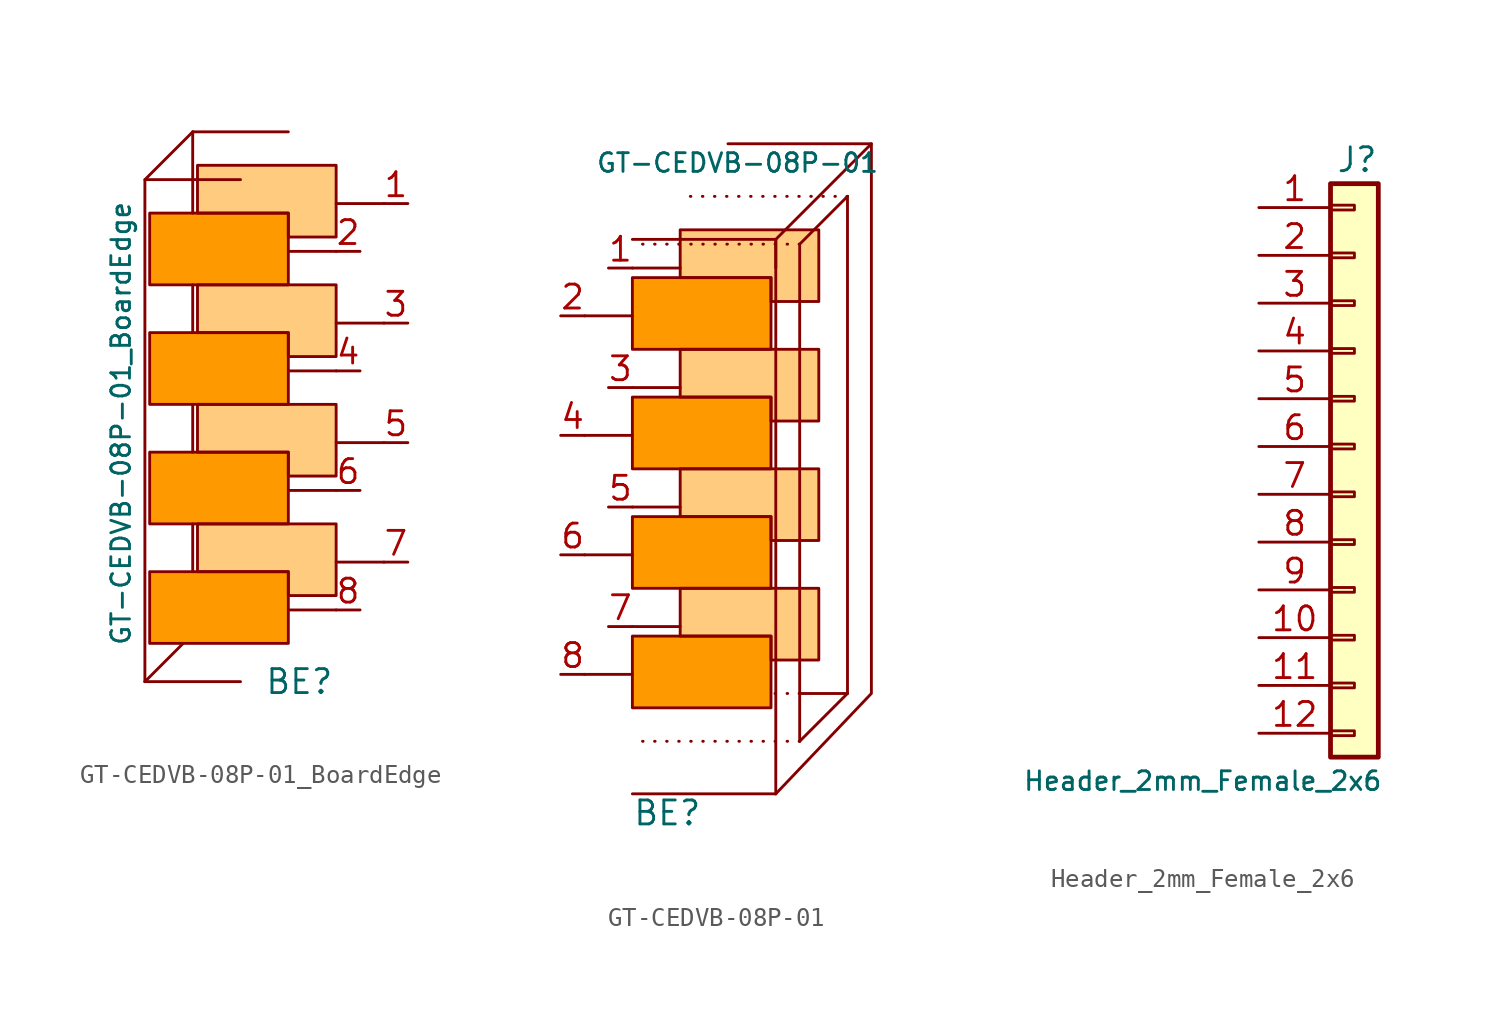
<source format=kicad_sym>
(kicad_symbol_lib
  (version 20241209)
  (generator "kicad_symbol_editor")
  (generator_version "9.0")
  (symbol "GT-CEDVB-08P-01_BoardEdge"
    (pin_names
      (offset 0)
      (hide yes))
    (property "Reference" "BE"
      (at 3.81 -15.24 0)
      (effects (font (size 1.27 1.27)) (justify left)))
    (property "Value" "GT-CEDVB-08P-01_BoardEdge"
      (at -3.81 -1.524 90)
      (effects (font (size 0.991 0.991))))
    (symbol "GT-CEDVB-08P-01_BoardEdge_1_1"
      (polyline (pts (xy -2.54 11.43) (xy 2.54 11.43)) (stroke (width 0) (type default)) (fill (type none)))
      (polyline (pts (xy -2.54 -15.24) (xy -0.508 -13.208)) (stroke (width 0) (type default)) (fill (type none)))
      (polyline (pts (xy -2.54 -15.24) (xy 2.54 -15.24)) (stroke (width 0) (type default)) (fill (type none)))
      (polyline (pts (xy -2.54 -15.24) (xy -2.54 11.43) (xy 0 13.97)) (stroke (width 0) (type default)) (fill (type none)))
      (rectangle (start -2.286 9.652) (end 5.08 5.842) (stroke (width 0) (type default)) (fill (type color) (color 255 153 0 1)))
      (rectangle (start -2.286 3.302) (end 5.08 -0.508) (stroke (width 0) (type default)) (fill (type color) (color 255 153 0 1)))
      (rectangle (start -2.286 -3.048) (end 5.08 -6.858) (stroke (width 0) (type default)) (fill (type color) (color 255 153 0 1)))
      (rectangle (start -2.286 -9.398) (end 5.08 -13.208) (stroke (width 0) (type default)) (fill (type color) (color 255 153 0 1)))
      (polyline (pts (xy 0 13.97) (xy 0 9.652)) (stroke (width 0) (type default)) (fill (type none)))
      (polyline (pts (xy 0 13.97) (xy 5.08 13.97)) (stroke (width 0) (type default)) (fill (type none)))
      (polyline (pts (xy 0 5.842) (xy 0 3.302)) (stroke (width 0) (type default)) (fill (type none)))
      (polyline (pts (xy 0 -0.508) (xy 0 -3.048)) (stroke (width 0) (type default)) (fill (type none)))
      (polyline (pts (xy 0 -6.858) (xy 0 -9.398)) (stroke (width 0) (type default)) (fill (type none)))
      (polyline (pts (xy 0.254 12.192) (xy 7.62 12.192) (xy 7.62 8.382) (xy 5.08 8.382) (xy 5.08 9.652) (xy 0.254 9.652) (xy 0.254 12.192)) (stroke (width 0) (type default)) (fill (type color) (color 255 153 0 0.5)))
      (polyline (pts (xy 0.254 5.842) (xy 7.62 5.842) (xy 7.62 2.032) (xy 5.08 2.032) (xy 5.08 3.302) (xy 0.254 3.302) (xy 0.254 5.842)) (stroke (width 0) (type default)) (fill (type color) (color 255 153 0 0.5)))
      (polyline (pts (xy 0.254 -0.508) (xy 7.62 -0.508) (xy 7.62 -4.318) (xy 5.08 -4.318) (xy 5.08 -3.048) (xy 0.254 -3.048) (xy 0.254 -0.508)) (stroke (width 0) (type default)) (fill (type color) (color 255 153 0 0.5)))
      (polyline (pts (xy 0.254 -6.858) (xy 7.62 -6.858) (xy 7.62 -10.668) (xy 5.08 -10.668) (xy 5.08 -9.398) (xy 0.254 -9.398) (xy 0.254 -6.858)) (stroke (width 0) (type default)) (fill (type color) (color 255 153 0 0.5)))
      (polyline (pts (xy 5.08 7.62) (xy 7.62 7.62)) (stroke (width 0) (type default)) (fill (type none)))
      (polyline (pts (xy 5.08 1.27) (xy 7.62 1.27)) (stroke (width 0) (type default)) (fill (type none)))
      (polyline (pts (xy 5.08 -5.08) (xy 7.62 -5.08)) (stroke (width 0) (type default)) (fill (type none)))
      (polyline (pts (xy 5.08 -11.43) (xy 7.62 -11.43)) (stroke (width 0) (type default)) (fill (type none)))
      (polyline (pts (xy 7.62 10.16) (xy 10.16 10.16)) (stroke (width 0) (type default)) (fill (type none)))
      (polyline (pts (xy 7.62 3.81) (xy 10.16 3.81)) (stroke (width 0) (type default)) (fill (type none)))
      (polyline (pts (xy 7.62 -2.54) (xy 10.16 -2.54)) (stroke (width 0) (type default)) (fill (type none)))
      (polyline (pts (xy 7.62 -8.89) (xy 10.16 -8.89)) (stroke (width 0) (type default)) (fill (type none)))
      (pin passive line (at 8.89 7.62 180) (length 1.27) (name "2" (effects (font (size 0.991 0.991)))) (number "2" (effects (font (size 1.27 1.27)))))
      (pin passive line (at 8.89 1.27 180) (length 1.27) (name "4" (effects (font (size 0.991 0.991)))) (number "4" (effects (font (size 1.27 1.27)))))
      (pin passive line (at 8.89 -5.08 180) (length 1.27) (name "6" (effects (font (size 0.991 0.991)))) (number "6" (effects (font (size 1.27 1.27)))))
      (pin passive line (at 8.89 -11.43 180) (length 1.27) (name "8" (effects (font (size 0.991 0.991)))) (number "8" (effects (font (size 1.27 1.27)))))
      (pin passive line (at 11.43 10.16 180) (length 1.27) (name "1" (effects (font (size 0.991 0.991)))) (number "1" (effects (font (size 1.27 1.27)))))
      (pin passive line (at 11.43 3.81 180) (length 1.27) (name "3" (effects (font (size 0.991 0.991)))) (number "3" (effects (font (size 1.27 1.27)))))
      (pin passive line (at 11.43 -2.54 180) (length 1.27) (name "5" (effects (font (size 0.991 0.991)))) (number "5" (effects (font (size 1.27 1.27)))))
      (pin passive line (at 11.43 -8.89 180) (length 1.27) (name "7" (effects (font (size 0.991 0.991)))) (number "7" (effects (font (size 1.27 1.27)))))))
  (symbol "GT-CEDVB-08P-01"
    (pin_names
      (offset 0)
      (hide yes))
    (property "Reference" "BE"
      (at 0 -18.796 0)
      (effects (font (size 1.27 1.27)) (justify left)))
    (property "Value" "GT-CEDVB-08P-01"
      (at 5.588 15.748 0)
      (effects (font (size 0.991 0.991))))
    (symbol "GT-CEDVB-08P-01_1_1"
      (rectangle (start 0 9.652) (end 7.366 5.842) (stroke (width 0) (type default)) (fill (type color) (color 255 153 0 1)))
      (polyline (pts (xy 0 7.62) (xy -2.54 7.62)) (stroke (width 0) (type default)) (fill (type none)))
      (rectangle (start 0 3.302) (end 7.366 -0.508) (stroke (width 0) (type default)) (fill (type color) (color 255 153 0 1)))
      (polyline (pts (xy 0 1.27) (xy -2.54 1.27)) (stroke (width 0) (type default)) (fill (type none)))
      (rectangle (start 0 -3.048) (end 7.366 -6.858) (stroke (width 0) (type default)) (fill (type color) (color 255 153 0 1)))
      (polyline (pts (xy 0 -5.08) (xy -2.54 -5.08)) (stroke (width 0) (type default)) (fill (type none)))
      (rectangle (start 0 -9.398) (end 7.366 -13.208) (stroke (width 0) (type default)) (fill (type color) (color 255 153 0 1)))
      (polyline (pts (xy 0 -11.43) (xy -2.54 -11.43)) (stroke (width 0) (type default)) (fill (type none)))
      (polyline (pts (xy 2.54 12.192) (xy 9.906 12.192) (xy 9.906 8.382) (xy 7.366 8.382) (xy 7.366 9.652) (xy 2.54 9.652) (xy 2.54 12.192)) (stroke (width 0) (type default)) (fill (type color) (color 255 153 0 0.5)))
      (polyline (pts (xy 2.54 10.16) (xy 0 10.16)) (stroke (width 0) (type default)) (fill (type none)))
      (polyline (pts (xy 2.54 5.842) (xy 9.906 5.842) (xy 9.906 2.032) (xy 7.366 2.032) (xy 7.366 3.302) (xy 2.54 3.302) (xy 2.54 5.842)) (stroke (width 0) (type default)) (fill (type color) (color 255 153 0 0.5)))
      (polyline (pts (xy 2.54 3.81) (xy 0 3.81)) (stroke (width 0) (type default)) (fill (type none)))
      (polyline (pts (xy 2.54 -0.508) (xy 9.906 -0.508) (xy 9.906 -4.318) (xy 7.366 -4.318) (xy 7.366 -3.048) (xy 2.54 -3.048) (xy 2.54 -0.508)) (stroke (width 0) (type default)) (fill (type color) (color 255 153 0 0.5)))
      (polyline (pts (xy 2.54 -2.54) (xy 0 -2.54)) (stroke (width 0) (type default)) (fill (type none)))
      (polyline (pts (xy 2.54 -6.858) (xy 9.906 -6.858) (xy 9.906 -10.668) (xy 7.366 -10.668) (xy 7.366 -9.398) (xy 2.54 -9.398) (xy 2.54 -6.858)) (stroke (width 0) (type default)) (fill (type color) (color 255 153 0 0.5)))
      (polyline (pts (xy 2.54 -8.89) (xy 0 -8.89)) (stroke (width 0) (type default)) (fill (type none)))
      (polyline (pts (xy 7.62 11.684) (xy 0 11.684)) (stroke (width 0) (type default)) (fill (type none)))
      (polyline (pts (xy 7.62 -17.78) (xy 0 -17.78)) (stroke (width 0) (type default)) (fill (type none)))
      (polyline (pts (xy 7.62 -17.78) (xy 7.62 10.16) (xy 7.62 11.684)) (stroke (width 0) (type default)) (fill (type none)))
      (polyline (pts (xy 7.62 -17.78) (xy 12.7 -12.446) (xy 12.7 16.764) (xy 7.62 11.684) (xy 7.62 10.16)) (stroke (width 0) (type default)) (fill (type none)))
      (polyline (pts (xy 8.89 11.43) (xy 0 11.43)) (stroke (width 0) (type dot)) (fill (type none)))
      (polyline (pts (xy 8.89 -12.446) (xy 7.366 -12.446)) (stroke (width 0) (type dot)) (fill (type none)))
      (polyline (pts (xy 8.89 -14.986) (xy 0 -14.986)) (stroke (width 0) (type dot)) (fill (type none)))
      (polyline (pts (xy 8.89 -14.986) (xy 11.43 -12.446)) (stroke (width 0) (type default)) (fill (type none)))
      (polyline (pts (xy 8.89 -14.986) (xy 8.89 11.43) (xy 11.43 13.97)) (stroke (width 0) (type default)) (fill (type none)))
      (polyline (pts (xy 11.43 13.97) (xy 2.54 13.97)) (stroke (width 0) (type dot)) (fill (type none)))
      (polyline (pts (xy 11.43 -12.446) (xy 8.89 -12.446)) (stroke (width 0) (type solid)) (fill (type none)))
      (polyline (pts (xy 11.43 -12.446) (xy 11.43 13.97) (xy 11.43 13.97)) (stroke (width 0) (type default)) (fill (type none)))
      (polyline (pts (xy 12.7 16.764) (xy 5.08 16.764)) (stroke (width 0) (type default)) (fill (type none)))
      (pin passive line (at -3.81 7.62 0) (length 1.27) (name "2" (effects (font (size 0.991 0.991)))) (number "2" (effects (font (size 1.27 1.27)))))
      (pin passive line (at -3.81 1.27 0) (length 1.27) (name "4" (effects (font (size 0.991 0.991)))) (number "4" (effects (font (size 1.27 1.27)))))
      (pin passive line (at -3.81 -5.08 0) (length 1.27) (name "6" (effects (font (size 0.991 0.991)))) (number "6" (effects (font (size 1.27 1.27)))))
      (pin passive line (at -3.81 -11.43 0) (length 1.27) (name "8" (effects (font (size 0.991 0.991)))) (number "8" (effects (font (size 1.27 1.27)))))
      (pin passive line (at -1.27 10.16 0) (length 1.27) (name "1" (effects (font (size 0.991 0.991)))) (number "1" (effects (font (size 1.27 1.27)))))
      (pin passive line (at -1.27 3.81 0) (length 1.27) (name "3" (effects (font (size 0.991 0.991)))) (number "3" (effects (font (size 1.27 1.27)))))
      (pin passive line (at -1.27 -2.54 0) (length 1.27) (name "5" (effects (font (size 0.991 0.991)))) (number "5" (effects (font (size 1.27 1.27)))))
      (pin passive line (at -1.27 -8.89 0) (length 1.27) (name "7" (effects (font (size 0.991 0.991)))) (number "7" (effects (font (size 1.27 1.27)))))))
  (symbol "Header_2mm_Female_2x6"
    (pin_names
      (offset 1.016)
      (hide yes))
    (property "Reference" "J"
      (at 2.54 2.54 0)
      (effects (font (size 1.27 1.27)) (justify right)))
    (property "Value" "Header_2mm_Female_2x6"
      (at 2.794 -30.48 0)
      (effects (font (size 0.991 0.991)) (justify right)))
    (symbol "Header_2mm_Female_2x6_1_1"
      (rectangle (start 0 1.27) (end 2.54 -29.21) (stroke (width 0.254) (type default)) (fill (type background)))
      (rectangle (start 0 0.127) (end 1.27 -0.127) (stroke (width 0.152) (type default)) (fill (type none)))
      (rectangle (start 0 -2.413) (end 1.27 -2.667) (stroke (width 0.152) (type default)) (fill (type none)))
      (rectangle (start 0 -4.953) (end 1.27 -5.207) (stroke (width 0.152) (type default)) (fill (type none)))
      (rectangle (start 0 -7.493) (end 1.27 -7.747) (stroke (width 0.152) (type default)) (fill (type none)))
      (rectangle (start 0 -10.033) (end 1.27 -10.287) (stroke (width 0.152) (type default)) (fill (type none)))
      (rectangle (start 0 -12.573) (end 1.27 -12.827) (stroke (width 0.152) (type default)) (fill (type none)))
      (rectangle (start 0 -15.113) (end 1.27 -15.367) (stroke (width 0.152) (type default)) (fill (type none)))
      (rectangle (start 0 -17.653) (end 1.27 -17.907) (stroke (width 0.152) (type default)) (fill (type none)))
      (rectangle (start 0 -20.193) (end 1.27 -20.447) (stroke (width 0.152) (type default)) (fill (type none)))
      (rectangle (start 0 -22.733) (end 1.27 -22.987) (stroke (width 0.152) (type default)) (fill (type none)))
      (rectangle (start 0 -25.273) (end 1.27 -25.527) (stroke (width 0.152) (type default)) (fill (type none)))
      (rectangle (start 0 -27.813) (end 1.27 -28.067) (stroke (width 0.152) (type default)) (fill (type none)))
      (pin passive line (at -3.81 0 0) (length 3.81) (name "Pin_1" (effects (font (size 1.27 1.27)))) (number "1" (effects (font (size 1.27 1.27)))))
      (pin passive line (at -3.81 -2.54 0) (length 3.81) (name "Pin_2" (effects (font (size 1.27 1.27)))) (number "2" (effects (font (size 1.27 1.27)))))
      (pin passive line (at -3.81 -5.08 0) (length 3.81) (name "Pin_3" (effects (font (size 1.27 1.27)))) (number "3" (effects (font (size 1.27 1.27)))))
      (pin passive line (at -3.81 -7.62 0) (length 3.81) (name "Pin_4" (effects (font (size 1.27 1.27)))) (number "4" (effects (font (size 1.27 1.27)))))
      (pin passive line (at -3.81 -10.16 0) (length 3.81) (name "Pin_5" (effects (font (size 1.27 1.27)))) (number "5" (effects (font (size 1.27 1.27)))))
      (pin passive line (at -3.81 -12.7 0) (length 3.81) (name "Pin_6" (effects (font (size 1.27 1.27)))) (number "6" (effects (font (size 1.27 1.27)))))
      (pin passive line (at -3.81 -15.24 0) (length 3.81) (name "Pin_7" (effects (font (size 1.27 1.27)))) (number "7" (effects (font (size 1.27 1.27)))))
      (pin passive line (at -3.81 -17.78 0) (length 3.81) (name "Pin_8" (effects (font (size 1.27 1.27)))) (number "8" (effects (font (size 1.27 1.27)))))
      (pin passive line (at -3.81 -20.32 0) (length 3.81) (name "Pin_9" (effects (font (size 1.27 1.27)))) (number "9" (effects (font (size 1.27 1.27)))))
      (pin passive line (at -3.81 -22.86 0) (length 3.81) (name "Pin_10" (effects (font (size 1.27 1.27)))) (number "10" (effects (font (size 1.27 1.27)))))
      (pin passive line (at -3.81 -25.4 0) (length 3.81) (name "Pin_11" (effects (font (size 1.27 1.27)))) (number "11" (effects (font (size 1.27 1.27)))))
      (pin passive line (at -3.81 -27.94 0) (length 3.81) (name "Pin_12" (effects (font (size 1.27 1.27)))) (number "12" (effects (font (size 1.27 1.27))))))))
</source>
